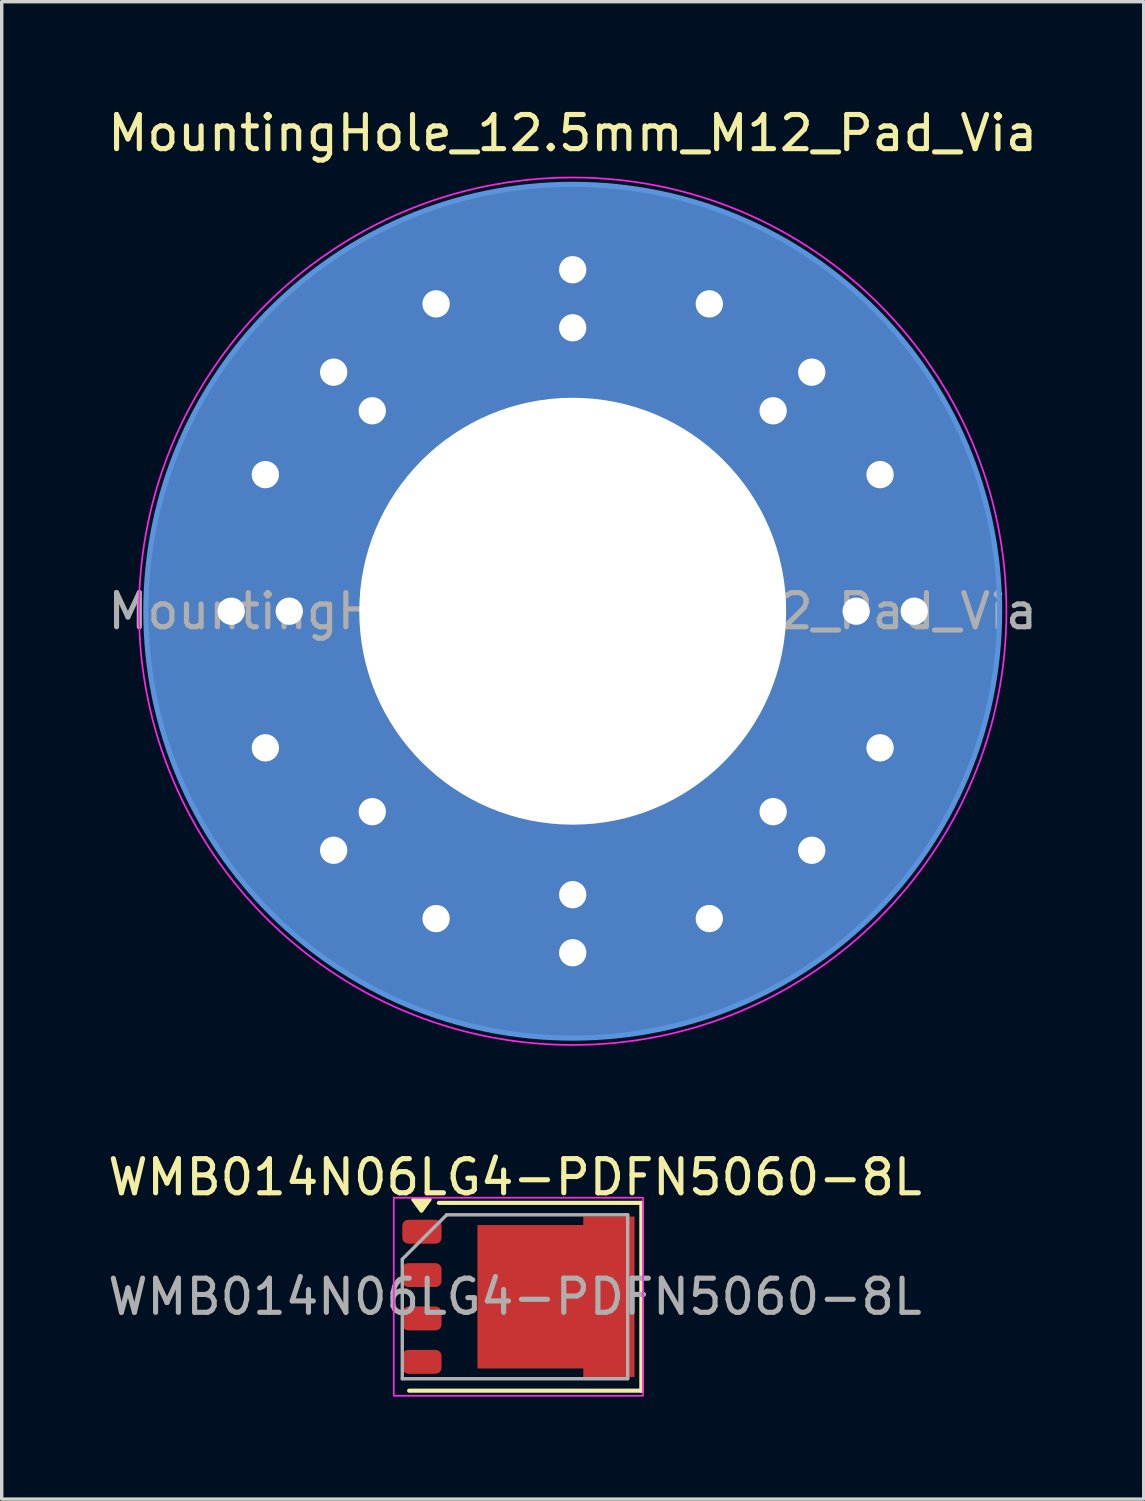
<source format=kicad_pcb>
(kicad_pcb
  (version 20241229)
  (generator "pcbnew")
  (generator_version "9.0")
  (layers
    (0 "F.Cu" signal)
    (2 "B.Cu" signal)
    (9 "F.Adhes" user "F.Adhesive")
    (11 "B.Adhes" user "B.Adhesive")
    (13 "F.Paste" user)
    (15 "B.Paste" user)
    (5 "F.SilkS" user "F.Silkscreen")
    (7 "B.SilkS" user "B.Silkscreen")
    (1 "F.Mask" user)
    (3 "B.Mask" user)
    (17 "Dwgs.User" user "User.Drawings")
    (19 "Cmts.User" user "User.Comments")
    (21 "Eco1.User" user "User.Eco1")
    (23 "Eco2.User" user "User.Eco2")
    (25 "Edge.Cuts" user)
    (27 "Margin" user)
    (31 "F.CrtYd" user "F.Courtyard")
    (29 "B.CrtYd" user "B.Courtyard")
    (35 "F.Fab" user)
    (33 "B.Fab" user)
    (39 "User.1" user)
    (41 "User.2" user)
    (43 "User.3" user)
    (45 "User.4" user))
  (footprint "MountingHole_12.5mm_M12_Pad_Via"
    (layer "F.Cu")
    (at 13.72 14.848)
    (property "Reference" "MountingHole_12.5mm_M12_Pad_Via" (at 0 -14 0) (layer "F.SilkS") (effects (font (size 1 1) (thickness 0.15))))
    (attr exclude_from_pos_files exclude_from_bom)
    (fp_circle (center 0 0) (end 12.5 0) (stroke (width 0.15) (type solid)) (fill no) (layer "Cmts.User"))
    (fp_circle (center 0 0) (end 12.7 0) (stroke (width 0.05) (type solid)) (fill no) (layer "F.CrtYd"))
    (fp_text user "${REFERENCE}" (at 0 0 0) (layer "F.Fab") (effects (font (size 1 1) (thickness 0.15))))
    (pad "1" thru_hole circle (at -10 0) (size 1.1 1.1) (drill 0.8) (layers "*.Cu" "*.Mask"))
    (pad "1" thru_hole circle (at -9 -4) (size 1.1 1.1) (drill 0.8) (layers "*.Cu" "*.Mask"))
    (pad "1" thru_hole circle (at -9 4) (size 1.1 1.1) (drill 0.8) (layers "*.Cu" "*.Mask"))
    (pad "1" thru_hole circle (at -8.3 0) (size 1.1 1.1) (drill 0.8) (layers "*.Cu" "*.Mask"))
    (pad "1" thru_hole circle (at -7 -7) (size 1.1 1.1) (drill 0.8) (layers "*.Cu" "*.Mask"))
    (pad "1" thru_hole circle (at -7 7) (size 1.1 1.1) (drill 0.8) (layers "*.Cu" "*.Mask"))
    (pad "1" thru_hole circle (at -5.869 -5.869) (size 1.1 1.1) (drill 0.8) (layers "*.Cu" "*.Mask"))
    (pad "1" thru_hole circle (at -5.869 5.869) (size 1.1 1.1) (drill 0.8) (layers "*.Cu" "*.Mask"))
    (pad "1" thru_hole circle (at -4 -9) (size 1.1 1.1) (drill 0.8) (layers "*.Cu" "*.Mask"))
    (pad "1" thru_hole circle (at -4 9) (size 1.1 1.1) (drill 0.8) (layers "*.Cu" "*.Mask"))
    (pad "1" thru_hole circle (at 0 -10) (size 1.1 1.1) (drill 0.8) (layers "*.Cu" "*.Mask"))
    (pad "1" thru_hole circle (at 0 -8.3) (size 1.1 1.1) (drill 0.8) (layers "*.Cu" "*.Mask"))
    (pad "1" thru_hole circle (at 0 0) (size 25 25) (drill 12.5) (layers "*.Cu" "*.Mask"))
    (pad "1" thru_hole circle (at 0 8.3) (size 1.1 1.1) (drill 0.8) (layers "*.Cu" "*.Mask"))
    (pad "1" thru_hole circle (at 0 10) (size 1.1 1.1) (drill 0.8) (layers "*.Cu" "*.Mask"))
    (pad "1" thru_hole circle (at 4 -9) (size 1.1 1.1) (drill 0.8) (layers "*.Cu" "*.Mask"))
    (pad "1" thru_hole circle (at 4 9) (size 1.1 1.1) (drill 0.8) (layers "*.Cu" "*.Mask"))
    (pad "1" thru_hole circle (at 5.869 -5.869) (size 1.1 1.1) (drill 0.8) (layers "*.Cu" "*.Mask"))
    (pad "1" thru_hole circle (at 5.869 5.869) (size 1.1 1.1) (drill 0.8) (layers "*.Cu" "*.Mask"))
    (pad "1" thru_hole circle (at 7 -7) (size 1.1 1.1) (drill 0.8) (layers "*.Cu" "*.Mask"))
    (pad "1" thru_hole circle (at 7 7) (size 1.1 1.1) (drill 0.8) (layers "*.Cu" "*.Mask"))
    (pad "1" thru_hole circle (at 8.3 0) (size 1.1 1.1) (drill 0.8) (layers "*.Cu" "*.Mask"))
    (pad "1" thru_hole circle (at 9 -4) (size 1.1 1.1) (drill 0.8) (layers "*.Cu" "*.Mask"))
    (pad "1" thru_hole circle (at 9 4) (size 1.1 1.1) (drill 0.8) (layers "*.Cu" "*.Mask"))
    (pad "1" thru_hole circle (at 10 0) (size 1.1 1.1) (drill 0.8) (layers "*.Cu" "*.Mask")))
  (footprint "WMB014N06LG4-PDFN5060-8L"
    (layer "F.Cu")
    (at 12.03 34.922)
    (property "Reference" "WMB014N06LG4-PDFN5060-8L" (at 0 -3.5 0) (layer "F.SilkS") (effects (font (size 1 1) (thickness 0.15))))
    (attr smd)
    (fp_line (start -3.1 2.75) (end 3.7 2.75) (stroke (width 0.12) (type solid)) (layer "F.SilkS"))
    (fp_line (start 3.7 -2.75) (end -2.23 -2.75) (stroke (width 0.12) (type solid)) (layer "F.SilkS"))
    (fp_line (start 3.7 2.75) (end 3.7 -2.75) (stroke (width 0.12) (type solid)) (layer "F.SilkS"))
    (fp_poly (pts (xy -2.74 -2.52) (xy -2.98 -2.85) (xy -2.5 -2.85) (xy -2.74 -2.52)) (stroke (width 0.12) (type solid)) (fill yes) (layer "F.SilkS"))
    (fp_rect (start -3.55 -2.9) (end 3.75 2.9) (stroke (width 0.05) (type solid)) (fill no) (layer "F.CrtYd"))
    (fp_line (start -3.3 -1.1) (end -3.3 2.4) (stroke (width 0.1) (type solid)) (layer "F.Fab"))
    (fp_line (start -3.3 -1.1) (end -2 -2.4) (stroke (width 0.1) (type solid)) (layer "F.Fab"))
    (fp_line (start -3.3 2.4) (end 3.3 2.4) (stroke (width 0.1) (type solid)) (layer "F.Fab"))
    (fp_line (start 3.3 -2.4) (end -2 -2.4) (stroke (width 0.1) (type solid)) (layer "F.Fab"))
    (fp_line (start 3.3 2.4) (end 3.3 -2.4) (stroke (width 0.1) (type solid)) (layer "F.Fab"))
    (fp_text user "${REFERENCE}" (at 0 0 180) (layer "F.Fab") (effects (font (size 1 1) (thickness 0.15))))
    (pad "" smd rect (at -0.55 -1.15 90) (size 0.9 0.6) (layers "F.Paste"))
    (pad "" smd rect (at -0.55 0 90) (size 0.9 0.6) (layers "F.Paste"))
    (pad "" smd rect (at -0.55 1.15 90) (size 0.9 0.6) (layers "F.Paste"))
    (pad "" smd rect (at 0.3 -1.15 90) (size 0.9 0.6) (layers "F.Paste"))
    (pad "" smd rect (at 0.3 0 90) (size 0.9 0.6) (layers "F.Paste"))
    (pad "" smd rect (at 0.3 1.15 90) (size 0.9 0.6) (layers "F.Paste"))
    (pad "" smd rect (at 1.15 -1.15 90) (size 0.9 0.6) (layers "F.Paste"))
    (pad "" smd rect (at 1.15 0 90) (size 0.9 0.6) (layers "F.Paste"))
    (pad "" smd rect (at 1.15 1.15 90) (size 0.9 0.6) (layers "F.Paste"))
    (pad "" smd rect (at 2 -1.15 90) (size 0.9 0.6) (layers "F.Paste"))
    (pad "" smd rect (at 2 0 90) (size 0.9 0.6) (layers "F.Paste"))
    (pad "" smd rect (at 2 1.15 90) (size 0.9 0.6) (layers "F.Paste"))
    (pad "" smd rect (at 3 -1.905 90) (size 0.6 0.9) (layers "F.Paste"))
    (pad "" smd rect (at 3 -0.635 90) (size 0.6 0.9) (layers "F.Paste"))
    (pad "" smd rect (at 3 0.635 90) (size 0.6 0.9) (layers "F.Paste"))
    (pad "" smd rect (at 3 1.905 90) (size 0.6 0.9) (layers "F.Paste"))
    (pad "1" smd roundrect (at -2.725 -1.905 90) (size 0.7 1.15) (layers "F.Cu" "F.Mask" "F.Paste") (roundrect_rratio 0.25))
    (pad "1" smd roundrect (at -2.725 -0.635 90) (size 0.7 1.15) (layers "F.Cu" "F.Mask" "F.Paste") (roundrect_rratio 0.25))
    (pad "1" smd roundrect (at -2.725 0.635 90) (size 0.7 1.15) (layers "F.Cu" "F.Mask" "F.Paste") (roundrect_rratio 0.25))
    (pad "2" smd roundrect (at -2.725 1.905 90) (size 0.7 1.15) (layers "F.Cu" "F.Mask" "F.Paste") (roundrect_rratio 0.25))
    (pad "3" smd custom (at 0 0 90) (size 4 2) (layers "F.Cu" "F.Mask") (options (anchor rect)) (primitives (gr_poly (pts (xy -2.35 3.5) (xy 2.35 3.5) (xy 2.35 2) (xy 2.1 2) (xy 2.1 -1.1) (xy -2.1 -1.1) (xy -2.1 2) (xy -2.35 2)) (width 0) (fill yes)))))
  (gr_rect
    (start -3 -3)
    (end 30.44 40.846)
    (stroke (width 0.1) (type default))
    (fill no)
    (layer "Edge.Cuts")))
</source>
